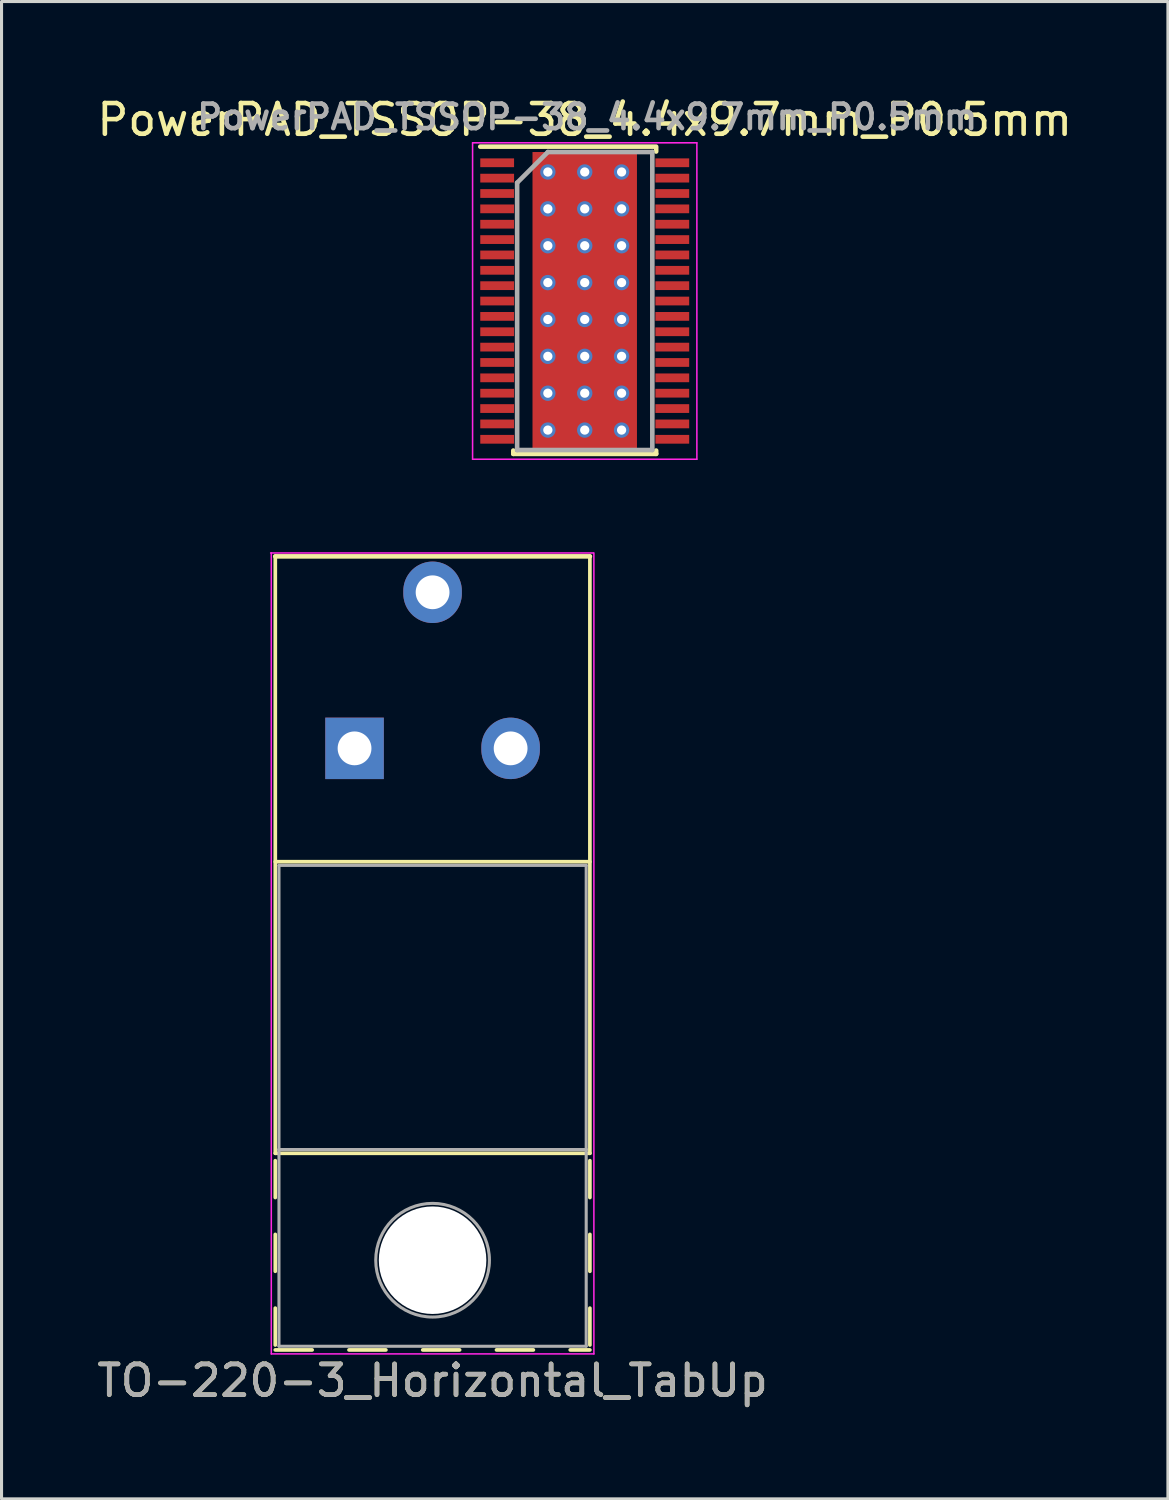
<source format=kicad_pcb>
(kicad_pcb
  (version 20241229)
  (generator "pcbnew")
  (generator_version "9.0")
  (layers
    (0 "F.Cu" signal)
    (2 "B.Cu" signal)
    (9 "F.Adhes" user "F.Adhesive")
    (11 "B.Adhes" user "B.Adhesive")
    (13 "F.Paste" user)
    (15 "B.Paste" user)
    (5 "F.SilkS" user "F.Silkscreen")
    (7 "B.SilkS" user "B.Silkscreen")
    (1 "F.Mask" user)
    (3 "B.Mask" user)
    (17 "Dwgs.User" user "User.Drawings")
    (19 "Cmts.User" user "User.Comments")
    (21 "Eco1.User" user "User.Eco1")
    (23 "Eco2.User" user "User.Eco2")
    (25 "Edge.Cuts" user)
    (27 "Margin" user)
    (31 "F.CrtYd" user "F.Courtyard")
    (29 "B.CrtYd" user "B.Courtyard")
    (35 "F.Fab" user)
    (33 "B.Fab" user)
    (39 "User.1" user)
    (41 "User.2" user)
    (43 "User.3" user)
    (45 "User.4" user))
  (footprint "PowerPAD_TSSOP-38_4.4x9.7mm_P0.5mm"
    (layer "F.Cu")
    (at 15.982 6.748)
    (property "Reference" "PowerPAD_TSSOP-38_4.4x9.7mm_P0.5mm" (at 0 -5.9 0) (layer "F.SilkS") (effects (font (size 1 1) (thickness 0.15))))
    (attr smd)
    (fp_line (start -3.4 -5.025) (end 2.325 -5.025) (stroke (width 0.15) (type solid)) (layer "F.SilkS"))
    (fp_line (start -2.325 4.975) (end -2.325 4.867) (stroke (width 0.15) (type solid)) (layer "F.SilkS"))
    (fp_line (start -2.325 4.975) (end 2.325 4.975) (stroke (width 0.15) (type solid)) (layer "F.SilkS"))
    (fp_line (start 2.325 -4.975) (end 2.325 -4.867) (stroke (width 0.15) (type solid)) (layer "F.SilkS"))
    (fp_line (start 2.325 4.975) (end 2.325 4.867) (stroke (width 0.15) (type solid)) (layer "F.SilkS"))
    (fp_line (start -3.65 -5.15) (end -3.65 5.15) (stroke (width 0.05) (type solid)) (layer "F.CrtYd"))
    (fp_line (start -3.65 -5.15) (end 3.65 -5.15) (stroke (width 0.05) (type solid)) (layer "F.CrtYd"))
    (fp_line (start -3.65 5.15) (end 3.65 5.15) (stroke (width 0.05) (type solid)) (layer "F.CrtYd"))
    (fp_line (start 3.65 -5.15) (end 3.65 5.15) (stroke (width 0.05) (type solid)) (layer "F.CrtYd"))
    (fp_line (start -2.2 -3.85) (end -1.2 -4.85) (stroke (width 0.15) (type solid)) (layer "F.Fab"))
    (fp_line (start -2.2 4.85) (end -2.2 -3.85) (stroke (width 0.15) (type solid)) (layer "F.Fab"))
    (fp_line (start -1.2 -4.85) (end 2.2 -4.85) (stroke (width 0.15) (type solid)) (layer "F.Fab"))
    (fp_line (start 2.2 -4.85) (end 2.2 4.85) (stroke (width 0.15) (type solid)) (layer "F.Fab"))
    (fp_line (start 2.2 4.85) (end -2.2 4.85) (stroke (width 0.15) (type solid)) (layer "F.Fab"))
    (fp_text user "${REFERENCE}" (at 0.08 -5.99 0) (layer "F.Fab") (effects (font (size 0.8 0.8) (thickness 0.15))))
    (pad "1" smd rect (at -2.85 -4.5) (size 1.1 0.285) (layers "F.Cu" "F.Mask" "F.Paste"))
    (pad "2" smd rect (at -2.85 -4) (size 1.1 0.285) (layers "F.Cu" "F.Mask" "F.Paste"))
    (pad "3" smd rect (at -2.85 -3.5) (size 1.1 0.285) (layers "F.Cu" "F.Mask" "F.Paste"))
    (pad "4" smd rect (at -2.85 -3) (size 1.1 0.285) (layers "F.Cu" "F.Mask" "F.Paste"))
    (pad "5" smd rect (at -2.85 -2.5) (size 1.1 0.285) (layers "F.Cu" "F.Mask" "F.Paste"))
    (pad "6" smd rect (at -2.85 -2) (size 1.1 0.285) (layers "F.Cu" "F.Mask" "F.Paste"))
    (pad "7" smd rect (at -2.85 -1.5) (size 1.1 0.285) (layers "F.Cu" "F.Mask" "F.Paste"))
    (pad "8" smd rect (at -2.85 -1) (size 1.1 0.285) (layers "F.Cu" "F.Mask" "F.Paste"))
    (pad "9" smd rect (at -2.85 -0.5) (size 1.1 0.285) (layers "F.Cu" "F.Mask" "F.Paste"))
    (pad "10" smd rect (at -2.85 0) (size 1.1 0.285) (layers "F.Cu" "F.Mask" "F.Paste"))
    (pad "11" smd rect (at -2.85 0.5) (size 1.1 0.285) (layers "F.Cu" "F.Mask" "F.Paste"))
    (pad "12" smd rect (at -2.85 1) (size 1.1 0.285) (layers "F.Cu" "F.Mask" "F.Paste"))
    (pad "13" smd rect (at -2.85 1.5) (size 1.1 0.285) (layers "F.Cu" "F.Mask" "F.Paste"))
    (pad "14" smd rect (at -2.85 2) (size 1.1 0.285) (layers "F.Cu" "F.Mask" "F.Paste"))
    (pad "15" smd rect (at -2.85 2.5) (size 1.1 0.285) (layers "F.Cu" "F.Mask" "F.Paste"))
    (pad "16" smd rect (at -2.85 3) (size 1.1 0.285) (layers "F.Cu" "F.Mask" "F.Paste"))
    (pad "17" smd rect (at -2.85 3.5) (size 1.1 0.285) (layers "F.Cu" "F.Mask" "F.Paste"))
    (pad "18" smd rect (at -2.85 4) (size 1.1 0.285) (layers "F.Cu" "F.Mask" "F.Paste"))
    (pad "19" smd rect (at -2.85 4.5) (size 1.1 0.285) (layers "F.Cu" "F.Mask" "F.Paste"))
    (pad "20" smd rect (at 2.85 4.5) (size 1.1 0.285) (layers "F.Cu" "F.Mask" "F.Paste"))
    (pad "21" smd rect (at 2.85 4) (size 1.1 0.285) (layers "F.Cu" "F.Mask" "F.Paste"))
    (pad "22" smd rect (at 2.85 3.5) (size 1.1 0.285) (layers "F.Cu" "F.Mask" "F.Paste"))
    (pad "23" smd rect (at 2.85 3) (size 1.1 0.285) (layers "F.Cu" "F.Mask" "F.Paste"))
    (pad "24" smd rect (at 2.85 2.5) (size 1.1 0.285) (layers "F.Cu" "F.Mask" "F.Paste"))
    (pad "25" smd rect (at 2.85 2) (size 1.1 0.285) (layers "F.Cu" "F.Mask" "F.Paste"))
    (pad "26" smd rect (at 2.85 1.5) (size 1.1 0.285) (layers "F.Cu" "F.Mask" "F.Paste"))
    (pad "27" smd rect (at 2.85 1) (size 1.1 0.285) (layers "F.Cu" "F.Mask" "F.Paste"))
    (pad "28" smd rect (at 2.85 0.5) (size 1.1 0.285) (layers "F.Cu" "F.Mask" "F.Paste"))
    (pad "29" smd rect (at 2.85 0) (size 1.1 0.285) (layers "F.Cu" "F.Mask" "F.Paste"))
    (pad "30" smd rect (at 2.85 -0.5) (size 1.1 0.285) (layers "F.Cu" "F.Mask" "F.Paste"))
    (pad "31" smd rect (at 2.85 -1) (size 1.1 0.285) (layers "F.Cu" "F.Mask" "F.Paste"))
    (pad "32" smd rect (at 2.85 -1.5) (size 1.1 0.285) (layers "F.Cu" "F.Mask" "F.Paste"))
    (pad "33" smd rect (at 2.85 -2) (size 1.1 0.285) (layers "F.Cu" "F.Mask" "F.Paste"))
    (pad "34" smd rect (at 2.85 -2.5) (size 1.1 0.285) (layers "F.Cu" "F.Mask" "F.Paste"))
    (pad "35" smd rect (at 2.85 -3) (size 1.1 0.285) (layers "F.Cu" "F.Mask" "F.Paste"))
    (pad "36" smd rect (at 2.85 -3.5) (size 1.1 0.285) (layers "F.Cu" "F.Mask" "F.Paste"))
    (pad "37" smd rect (at 2.85 -4) (size 1.1 0.285) (layers "F.Cu" "F.Mask" "F.Paste"))
    (pad "38" thru_hole circle (at -1.2 -4.2) (size 0.5 0.5) (drill 0.3) (layers "*.Cu" "*.Mask"))
    (pad "38" thru_hole circle (at -1.2 -3) (size 0.5 0.5) (drill 0.3) (layers "*.Cu" "*.Mask"))
    (pad "38" thru_hole circle (at -1.2 -1.8) (size 0.5 0.5) (drill 0.3) (layers "*.Cu" "*.Mask"))
    (pad "38" thru_hole circle (at -1.2 -0.6) (size 0.5 0.5) (drill 0.3) (layers "*.Cu" "*.Mask"))
    (pad "38" thru_hole circle (at -1.2 0.6) (size 0.5 0.5) (drill 0.3) (layers "*.Cu" "*.Mask"))
    (pad "38" thru_hole circle (at -1.2 1.8) (size 0.5 0.5) (drill 0.3) (layers "*.Cu" "*.Mask"))
    (pad "38" thru_hole circle (at -1.2 3) (size 0.5 0.5) (drill 0.3) (layers "*.Cu" "*.Mask"))
    (pad "38" thru_hole circle (at -1.2 4.2) (size 0.5 0.5) (drill 0.3) (layers "*.Cu" "*.Mask"))
    (pad "38" thru_hole circle (at 0 -4.2) (size 0.5 0.5) (drill 0.3) (layers "*.Cu" "*.Mask"))
    (pad "38" thru_hole circle (at 0 -3) (size 0.5 0.5) (drill 0.3) (layers "*.Cu" "*.Mask"))
    (pad "38" thru_hole circle (at 0 -1.8) (size 0.5 0.5) (drill 0.3) (layers "*.Cu" "*.Mask"))
    (pad "38" thru_hole circle (at 0 -0.6) (size 0.5 0.5) (drill 0.3) (layers "*.Cu" "*.Mask"))
    (pad "38" smd rect (at 0 0) (size 3.4 9.7) (layers "F.Cu" "F.Mask" "F.Paste"))
    (pad "38" thru_hole circle (at 0 0.6) (size 0.5 0.5) (drill 0.3) (layers "*.Cu" "*.Mask"))
    (pad "38" thru_hole circle (at 0 1.8) (size 0.5 0.5) (drill 0.3) (layers "*.Cu" "*.Mask"))
    (pad "38" thru_hole circle (at 0 3) (size 0.5 0.5) (drill 0.3) (layers "*.Cu" "*.Mask"))
    (pad "38" thru_hole circle (at 0 4.2) (size 0.5 0.5) (drill 0.3) (layers "*.Cu" "*.Mask"))
    (pad "38" thru_hole circle (at 1.2 -4.2) (size 0.5 0.5) (drill 0.3) (layers "*.Cu" "*.Mask"))
    (pad "38" thru_hole circle (at 1.2 -3) (size 0.5 0.5) (drill 0.3) (layers "*.Cu" "*.Mask"))
    (pad "38" thru_hole circle (at 1.2 -1.8) (size 0.5 0.5) (drill 0.3) (layers "*.Cu" "*.Mask"))
    (pad "38" thru_hole circle (at 1.2 -0.6) (size 0.5 0.5) (drill 0.3) (layers "*.Cu" "*.Mask"))
    (pad "38" thru_hole circle (at 1.2 0.6) (size 0.5 0.5) (drill 0.3) (layers "*.Cu" "*.Mask"))
    (pad "38" thru_hole circle (at 1.2 1.8) (size 0.5 0.5) (drill 0.3) (layers "*.Cu" "*.Mask"))
    (pad "38" thru_hole circle (at 1.2 3) (size 0.5 0.5) (drill 0.3) (layers "*.Cu" "*.Mask"))
    (pad "38" thru_hole circle (at 1.2 4.2) (size 0.5 0.5) (drill 0.3) (layers "*.Cu" "*.Mask"))
    (pad "38" smd rect (at 2.85 -4.5) (size 1.1 0.285) (layers "F.Cu" "F.Mask" "F.Paste")))
  (footprint "TO-220-3_Horizontal_TabUp"
    (layer "F.Cu")
    (at 8.49 21.308)
    (property "Reference" "TO-220-3_Horizontal_TabUp" (at 2.54 20.58 0) (layer "F.SilkS") (effects (font (size 1 1) (thickness 0.15))))
    (attr through_hole)
    (fp_line (start -2.58 -6.25) (end -2.58 13.18) (stroke (width 0.12) (type solid)) (layer "F.SilkS"))
    (fp_line (start -2.58 3.69) (end 7.66 3.69) (stroke (width 0.12) (type solid)) (layer "F.SilkS"))
    (fp_line (start -2.58 13.18) (end 7.66 13.18) (stroke (width 0.12) (type solid)) (layer "F.SilkS"))
    (fp_line (start -2.58 13.42) (end -2.58 14.62) (stroke (width 0.12) (type solid)) (layer "F.SilkS"))
    (fp_line (start -2.58 15.82) (end -2.58 17.02) (stroke (width 0.12) (type solid)) (layer "F.SilkS"))
    (fp_line (start -2.58 18.22) (end -2.58 19.42) (stroke (width 0.12) (type solid)) (layer "F.SilkS"))
    (fp_line (start -2.58 19.58) (end -1.38 19.58) (stroke (width 0.12) (type solid)) (layer "F.SilkS"))
    (fp_line (start -0.181 19.58) (end 1.02 19.58) (stroke (width 0.12) (type solid)) (layer "F.SilkS"))
    (fp_line (start 2.22 19.58) (end 3.42 19.58) (stroke (width 0.12) (type solid)) (layer "F.SilkS"))
    (fp_line (start 4.62 19.58) (end 5.82 19.58) (stroke (width 0.12) (type solid)) (layer "F.SilkS"))
    (fp_line (start 7.02 19.58) (end 7.66 19.58) (stroke (width 0.12) (type solid)) (layer "F.SilkS"))
    (fp_line (start 7.66 -6.25) (end -2.58 -6.25) (stroke (width 0.15) (type solid)) (layer "F.SilkS"))
    (fp_line (start 7.66 -6.25) (end 7.66 13.18) (stroke (width 0.12) (type solid)) (layer "F.SilkS"))
    (fp_line (start 7.66 13.42) (end 7.66 14.62) (stroke (width 0.12) (type solid)) (layer "F.SilkS"))
    (fp_line (start 7.66 15.82) (end 7.66 17.02) (stroke (width 0.12) (type solid)) (layer "F.SilkS"))
    (fp_line (start 7.66 18.22) (end 7.66 19.42) (stroke (width 0.12) (type solid)) (layer "F.SilkS"))
    (fp_line (start -2.71 -6.36) (end -2.71 19.71) (stroke (width 0.05) (type solid)) (layer "F.CrtYd"))
    (fp_line (start -2.71 19.71) (end 7.79 19.71) (stroke (width 0.05) (type solid)) (layer "F.CrtYd"))
    (fp_line (start 7.77 -6.36) (end -2.73 -6.36) (stroke (width 0.05) (type solid)) (layer "F.CrtYd"))
    (fp_line (start 7.79 19.71) (end 7.79 -6.36) (stroke (width 0.05) (type solid)) (layer "F.CrtYd"))
    (fp_line (start -2.46 3.81) (end -2.46 13.06) (stroke (width 0.1) (type solid)) (layer "F.Fab"))
    (fp_line (start -2.46 13.06) (end -2.46 19.46) (stroke (width 0.1) (type solid)) (layer "F.Fab"))
    (fp_line (start -2.46 13.06) (end 7.54 13.06) (stroke (width 0.1) (type solid)) (layer "F.Fab"))
    (fp_line (start -2.46 19.46) (end 7.54 19.46) (stroke (width 0.1) (type solid)) (layer "F.Fab"))
    (fp_line (start 7.54 3.81) (end -2.46 3.81) (stroke (width 0.1) (type solid)) (layer "F.Fab"))
    (fp_line (start 7.54 13.06) (end -2.46 13.06) (stroke (width 0.1) (type solid)) (layer "F.Fab"))
    (fp_line (start 7.54 13.06) (end 7.54 3.81) (stroke (width 0.1) (type solid)) (layer "F.Fab"))
    (fp_line (start 7.54 19.46) (end 7.54 13.06) (stroke (width 0.1) (type solid)) (layer "F.Fab"))
    (fp_circle (center 2.54 16.66) (end 4.39 16.66) (stroke (width 0.1) (type solid)) (fill no) (layer "F.Fab"))
    (fp_text user "${REFERENCE}" (at 2.54 20.58 0) (layer "F.Fab") (effects (font (size 1 1) (thickness 0.15))))
    (pad "" np_thru_hole oval (at 2.54 16.66) (size 3.5 3.5) (drill 3.5) (layers "*.Cu" "*.Mask"))
    (pad "1" thru_hole rect (at 0 0) (size 1.905 2) (drill 1.1) (layers "*.Cu" "*.Mask"))
    (pad "2" thru_hole oval (at 2.54 -5.08) (size 1.905 2) (drill 1.1) (layers "*.Cu" "*.Mask"))
    (pad "3" thru_hole oval (at 5.08 0) (size 1.905 2) (drill 1.1) (layers "*.Cu" "*.Mask")))
  (gr_rect
    (start -3 -3)
    (end 34.964 45.736)
    (stroke (width 0.1) (type default))
    (fill no)
    (layer "Edge.Cuts")))
</source>
